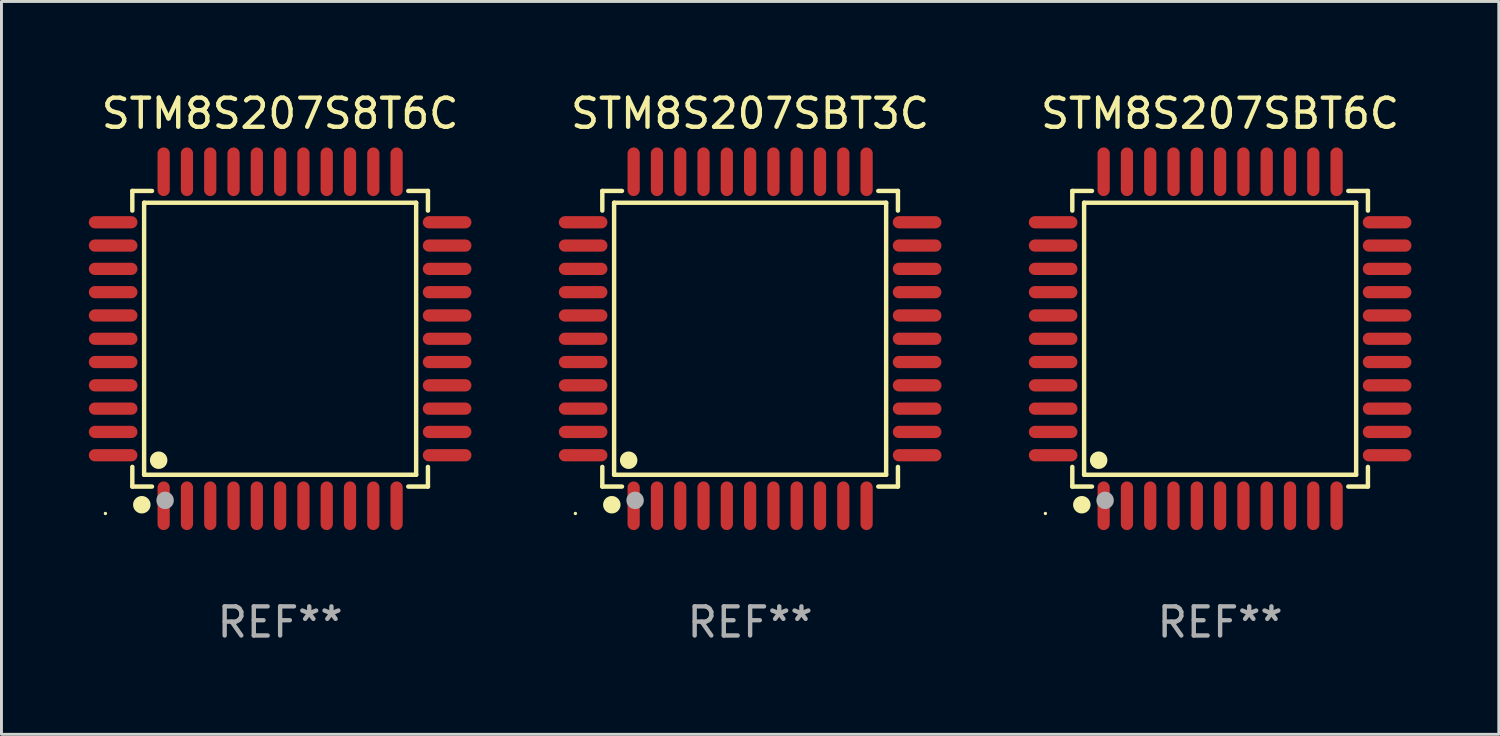
<source format=kicad_pcb>
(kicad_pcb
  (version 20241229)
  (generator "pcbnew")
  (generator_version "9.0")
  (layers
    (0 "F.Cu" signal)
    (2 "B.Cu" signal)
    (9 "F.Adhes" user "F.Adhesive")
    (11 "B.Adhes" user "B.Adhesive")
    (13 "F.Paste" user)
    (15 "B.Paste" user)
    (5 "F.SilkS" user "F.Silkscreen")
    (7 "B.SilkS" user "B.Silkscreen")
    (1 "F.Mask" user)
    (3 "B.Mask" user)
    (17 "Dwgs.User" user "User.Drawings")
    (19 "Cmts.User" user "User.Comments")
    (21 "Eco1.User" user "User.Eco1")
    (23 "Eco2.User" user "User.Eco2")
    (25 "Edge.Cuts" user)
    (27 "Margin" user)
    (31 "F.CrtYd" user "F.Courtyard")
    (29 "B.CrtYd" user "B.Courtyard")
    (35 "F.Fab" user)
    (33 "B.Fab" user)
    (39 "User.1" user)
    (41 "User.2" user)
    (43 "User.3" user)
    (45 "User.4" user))
  (footprint "STM8S207SBT6C"
    (layer "F.Cu")
    (at 38.85 8.583)
    (property "Reference" "STM8S207SBT6C" (at 0 -7.735 0) (layer "F.SilkS") (effects (font (size 1 1) (thickness 0.15))))
    (attr through_hole)
    (fp_line (start -5.076 -5.076) (end -4.401 -5.076) (stroke (width 0.152) (type solid)) (layer "F.SilkS"))
    (fp_line (start -5.076 -4.401) (end -5.076 -5.076) (stroke (width 0.152) (type solid)) (layer "F.SilkS"))
    (fp_line (start -5.076 4.401) (end -5.076 5.076) (stroke (width 0.152) (type solid)) (layer "F.SilkS"))
    (fp_line (start -5.076 5.076) (end -4.401 5.076) (stroke (width 0.152) (type solid)) (layer "F.SilkS"))
    (fp_line (start -4.671 -4.671) (end 4.671 -4.671) (stroke (width 0.152) (type solid)) (layer "F.SilkS"))
    (fp_line (start -4.671 4.671) (end -4.671 -4.671) (stroke (width 0.152) (type solid)) (layer "F.SilkS"))
    (fp_line (start 4.671 -4.671) (end 4.671 4.671) (stroke (width 0.152) (type solid)) (layer "F.SilkS"))
    (fp_line (start 4.671 4.671) (end -4.671 4.671) (stroke (width 0.152) (type solid)) (layer "F.SilkS"))
    (fp_line (start 5.076 -5.076) (end 4.401 -5.076) (stroke (width 0.152) (type solid)) (layer "F.SilkS"))
    (fp_line (start 5.076 -4.401) (end 5.076 -5.076) (stroke (width 0.152) (type solid)) (layer "F.SilkS"))
    (fp_line (start 5.076 4.401) (end 5.076 5.076) (stroke (width 0.152) (type solid)) (layer "F.SilkS"))
    (fp_line (start 5.076 5.076) (end 4.401 5.076) (stroke (width 0.152) (type solid)) (layer "F.SilkS"))
    (fp_circle (center -6 6) (end -5.97 6) (stroke (width 0.06) (type solid)) (fill no) (layer "F.SilkS"))
    (fp_circle (center -4.75 5.7) (end -4.6 5.7) (stroke (width 0.3) (type solid)) (fill no) (layer "F.SilkS"))
    (fp_circle (center -4.171 4.171) (end -4.021 4.171) (stroke (width 0.3) (type solid)) (fill no) (layer "F.SilkS"))
    (fp_circle (center -3.95 5.55) (end -3.8 5.55) (stroke (width 0.3) (type solid)) (fill no) (layer "F.Fab"))
    (fp_text user "REF**" (at 0 9.735 0) (layer "F.Fab") (effects (font (size 1 1) (thickness 0.15))))
    (pad "1" smd oval (at -4 5.735) (size 0.42 1.67) (layers "F.Cu" "F.Mask" "F.Paste"))
    (pad "2" smd oval (at -3.2 5.735) (size 0.42 1.67) (layers "F.Cu" "F.Mask" "F.Paste"))
    (pad "3" smd oval (at -2.4 5.735) (size 0.42 1.67) (layers "F.Cu" "F.Mask" "F.Paste"))
    (pad "4" smd oval (at -1.6 5.735) (size 0.42 1.67) (layers "F.Cu" "F.Mask" "F.Paste"))
    (pad "5" smd oval (at -0.8 5.735) (size 0.42 1.67) (layers "F.Cu" "F.Mask" "F.Paste"))
    (pad "6" smd oval (at 0 5.735) (size 0.42 1.67) (layers "F.Cu" "F.Mask" "F.Paste"))
    (pad "7" smd oval (at 0.8 5.735) (size 0.42 1.67) (layers "F.Cu" "F.Mask" "F.Paste"))
    (pad "8" smd oval (at 1.6 5.735) (size 0.42 1.67) (layers "F.Cu" "F.Mask" "F.Paste"))
    (pad "9" smd oval (at 2.4 5.735) (size 0.42 1.67) (layers "F.Cu" "F.Mask" "F.Paste"))
    (pad "10" smd oval (at 3.2 5.735) (size 0.42 1.67) (layers "F.Cu" "F.Mask" "F.Paste"))
    (pad "11" smd oval (at 4 5.735) (size 0.42 1.67) (layers "F.Cu" "F.Mask" "F.Paste"))
    (pad "12" smd oval (at 5.735 4) (size 1.67 0.42) (layers "F.Cu" "F.Mask" "F.Paste"))
    (pad "13" smd oval (at 5.735 3.2) (size 1.67 0.42) (layers "F.Cu" "F.Mask" "F.Paste"))
    (pad "14" smd oval (at 5.735 2.4) (size 1.67 0.42) (layers "F.Cu" "F.Mask" "F.Paste"))
    (pad "15" smd oval (at 5.735 1.6) (size 1.67 0.42) (layers "F.Cu" "F.Mask" "F.Paste"))
    (pad "16" smd oval (at 5.735 0.8) (size 1.67 0.42) (layers "F.Cu" "F.Mask" "F.Paste"))
    (pad "17" smd oval (at 5.735 0) (size 1.67 0.42) (layers "F.Cu" "F.Mask" "F.Paste"))
    (pad "18" smd oval (at 5.735 -0.8) (size 1.67 0.42) (layers "F.Cu" "F.Mask" "F.Paste"))
    (pad "19" smd oval (at 5.735 -1.6) (size 1.67 0.42) (layers "F.Cu" "F.Mask" "F.Paste"))
    (pad "20" smd oval (at 5.735 -2.4) (size 1.67 0.42) (layers "F.Cu" "F.Mask" "F.Paste"))
    (pad "21" smd oval (at 5.735 -3.2) (size 1.67 0.42) (layers "F.Cu" "F.Mask" "F.Paste"))
    (pad "22" smd oval (at 5.735 -4) (size 1.67 0.42) (layers "F.Cu" "F.Mask" "F.Paste"))
    (pad "23" smd oval (at 4 -5.735) (size 0.42 1.67) (layers "F.Cu" "F.Mask" "F.Paste"))
    (pad "24" smd oval (at 3.2 -5.735) (size 0.42 1.67) (layers "F.Cu" "F.Mask" "F.Paste"))
    (pad "25" smd oval (at 2.4 -5.735) (size 0.42 1.67) (layers "F.Cu" "F.Mask" "F.Paste"))
    (pad "26" smd oval (at 1.6 -5.735) (size 0.42 1.67) (layers "F.Cu" "F.Mask" "F.Paste"))
    (pad "27" smd oval (at 0.8 -5.735) (size 0.42 1.67) (layers "F.Cu" "F.Mask" "F.Paste"))
    (pad "28" smd oval (at 0 -5.735) (size 0.42 1.67) (layers "F.Cu" "F.Mask" "F.Paste"))
    (pad "29" smd oval (at -0.8 -5.735) (size 0.42 1.67) (layers "F.Cu" "F.Mask" "F.Paste"))
    (pad "30" smd oval (at -1.6 -5.735) (size 0.42 1.67) (layers "F.Cu" "F.Mask" "F.Paste"))
    (pad "31" smd oval (at -2.4 -5.735) (size 0.42 1.67) (layers "F.Cu" "F.Mask" "F.Paste"))
    (pad "32" smd oval (at -3.2 -5.735) (size 0.42 1.67) (layers "F.Cu" "F.Mask" "F.Paste"))
    (pad "33" smd oval (at -4 -5.735) (size 0.42 1.67) (layers "F.Cu" "F.Mask" "F.Paste"))
    (pad "34" smd oval (at -5.735 -4) (size 1.67 0.42) (layers "F.Cu" "F.Mask" "F.Paste"))
    (pad "35" smd oval (at -5.735 -3.2) (size 1.67 0.42) (layers "F.Cu" "F.Mask" "F.Paste"))
    (pad "36" smd oval (at -5.735 -2.4) (size 1.67 0.42) (layers "F.Cu" "F.Mask" "F.Paste"))
    (pad "37" smd oval (at -5.735 -1.6) (size 1.67 0.42) (layers "F.Cu" "F.Mask" "F.Paste"))
    (pad "38" smd oval (at -5.735 -0.8) (size 1.67 0.42) (layers "F.Cu" "F.Mask" "F.Paste"))
    (pad "39" smd oval (at -5.735 0) (size 1.67 0.42) (layers "F.Cu" "F.Mask" "F.Paste"))
    (pad "40" smd oval (at -5.735 0.8) (size 1.67 0.42) (layers "F.Cu" "F.Mask" "F.Paste"))
    (pad "41" smd oval (at -5.735 1.6) (size 1.67 0.42) (layers "F.Cu" "F.Mask" "F.Paste"))
    (pad "42" smd oval (at -5.735 2.4) (size 1.67 0.42) (layers "F.Cu" "F.Mask" "F.Paste"))
    (pad "43" smd oval (at -5.735 3.2) (size 1.67 0.42) (layers "F.Cu" "F.Mask" "F.Paste"))
    (pad "44" smd oval (at -5.735 4) (size 1.67 0.42) (layers "F.Cu" "F.Mask" "F.Paste")))
  (footprint "STM8S207S8T6C"
    (layer "F.Cu")
    (at 6.57 8.583)
    (property "Reference" "STM8S207S8T6C" (at 0 -7.735 0) (layer "F.SilkS") (effects (font (size 1 1) (thickness 0.15))))
    (attr through_hole)
    (fp_line (start -5.076 -5.076) (end -4.401 -5.076) (stroke (width 0.152) (type solid)) (layer "F.SilkS"))
    (fp_line (start -5.076 -4.401) (end -5.076 -5.076) (stroke (width 0.152) (type solid)) (layer "F.SilkS"))
    (fp_line (start -5.076 4.401) (end -5.076 5.076) (stroke (width 0.152) (type solid)) (layer "F.SilkS"))
    (fp_line (start -5.076 5.076) (end -4.401 5.076) (stroke (width 0.152) (type solid)) (layer "F.SilkS"))
    (fp_line (start -4.671 -4.671) (end 4.671 -4.671) (stroke (width 0.152) (type solid)) (layer "F.SilkS"))
    (fp_line (start -4.671 4.671) (end -4.671 -4.671) (stroke (width 0.152) (type solid)) (layer "F.SilkS"))
    (fp_line (start 4.671 -4.671) (end 4.671 4.671) (stroke (width 0.152) (type solid)) (layer "F.SilkS"))
    (fp_line (start 4.671 4.671) (end -4.671 4.671) (stroke (width 0.152) (type solid)) (layer "F.SilkS"))
    (fp_line (start 5.076 -5.076) (end 4.401 -5.076) (stroke (width 0.152) (type solid)) (layer "F.SilkS"))
    (fp_line (start 5.076 -4.401) (end 5.076 -5.076) (stroke (width 0.152) (type solid)) (layer "F.SilkS"))
    (fp_line (start 5.076 4.401) (end 5.076 5.076) (stroke (width 0.152) (type solid)) (layer "F.SilkS"))
    (fp_line (start 5.076 5.076) (end 4.401 5.076) (stroke (width 0.152) (type solid)) (layer "F.SilkS"))
    (fp_circle (center -6 6) (end -5.97 6) (stroke (width 0.06) (type solid)) (fill no) (layer "F.SilkS"))
    (fp_circle (center -4.75 5.7) (end -4.6 5.7) (stroke (width 0.3) (type solid)) (fill no) (layer "F.SilkS"))
    (fp_circle (center -4.171 4.171) (end -4.021 4.171) (stroke (width 0.3) (type solid)) (fill no) (layer "F.SilkS"))
    (fp_circle (center -3.95 5.55) (end -3.8 5.55) (stroke (width 0.3) (type solid)) (fill no) (layer "F.Fab"))
    (fp_text user "REF**" (at 0 9.735 0) (layer "F.Fab") (effects (font (size 1 1) (thickness 0.15))))
    (pad "1" smd oval (at -4 5.735) (size 0.42 1.67) (layers "F.Cu" "F.Mask" "F.Paste"))
    (pad "2" smd oval (at -3.2 5.735) (size 0.42 1.67) (layers "F.Cu" "F.Mask" "F.Paste"))
    (pad "3" smd oval (at -2.4 5.735) (size 0.42 1.67) (layers "F.Cu" "F.Mask" "F.Paste"))
    (pad "4" smd oval (at -1.6 5.735) (size 0.42 1.67) (layers "F.Cu" "F.Mask" "F.Paste"))
    (pad "5" smd oval (at -0.8 5.735) (size 0.42 1.67) (layers "F.Cu" "F.Mask" "F.Paste"))
    (pad "6" smd oval (at 0 5.735) (size 0.42 1.67) (layers "F.Cu" "F.Mask" "F.Paste"))
    (pad "7" smd oval (at 0.8 5.735) (size 0.42 1.67) (layers "F.Cu" "F.Mask" "F.Paste"))
    (pad "8" smd oval (at 1.6 5.735) (size 0.42 1.67) (layers "F.Cu" "F.Mask" "F.Paste"))
    (pad "9" smd oval (at 2.4 5.735) (size 0.42 1.67) (layers "F.Cu" "F.Mask" "F.Paste"))
    (pad "10" smd oval (at 3.2 5.735) (size 0.42 1.67) (layers "F.Cu" "F.Mask" "F.Paste"))
    (pad "11" smd oval (at 4 5.735) (size 0.42 1.67) (layers "F.Cu" "F.Mask" "F.Paste"))
    (pad "12" smd oval (at 5.735 4) (size 1.67 0.42) (layers "F.Cu" "F.Mask" "F.Paste"))
    (pad "13" smd oval (at 5.735 3.2) (size 1.67 0.42) (layers "F.Cu" "F.Mask" "F.Paste"))
    (pad "14" smd oval (at 5.735 2.4) (size 1.67 0.42) (layers "F.Cu" "F.Mask" "F.Paste"))
    (pad "15" smd oval (at 5.735 1.6) (size 1.67 0.42) (layers "F.Cu" "F.Mask" "F.Paste"))
    (pad "16" smd oval (at 5.735 0.8) (size 1.67 0.42) (layers "F.Cu" "F.Mask" "F.Paste"))
    (pad "17" smd oval (at 5.735 0) (size 1.67 0.42) (layers "F.Cu" "F.Mask" "F.Paste"))
    (pad "18" smd oval (at 5.735 -0.8) (size 1.67 0.42) (layers "F.Cu" "F.Mask" "F.Paste"))
    (pad "19" smd oval (at 5.735 -1.6) (size 1.67 0.42) (layers "F.Cu" "F.Mask" "F.Paste"))
    (pad "20" smd oval (at 5.735 -2.4) (size 1.67 0.42) (layers "F.Cu" "F.Mask" "F.Paste"))
    (pad "21" smd oval (at 5.735 -3.2) (size 1.67 0.42) (layers "F.Cu" "F.Mask" "F.Paste"))
    (pad "22" smd oval (at 5.735 -4) (size 1.67 0.42) (layers "F.Cu" "F.Mask" "F.Paste"))
    (pad "23" smd oval (at 4 -5.735) (size 0.42 1.67) (layers "F.Cu" "F.Mask" "F.Paste"))
    (pad "24" smd oval (at 3.2 -5.735) (size 0.42 1.67) (layers "F.Cu" "F.Mask" "F.Paste"))
    (pad "25" smd oval (at 2.4 -5.735) (size 0.42 1.67) (layers "F.Cu" "F.Mask" "F.Paste"))
    (pad "26" smd oval (at 1.6 -5.735) (size 0.42 1.67) (layers "F.Cu" "F.Mask" "F.Paste"))
    (pad "27" smd oval (at 0.8 -5.735) (size 0.42 1.67) (layers "F.Cu" "F.Mask" "F.Paste"))
    (pad "28" smd oval (at 0 -5.735) (size 0.42 1.67) (layers "F.Cu" "F.Mask" "F.Paste"))
    (pad "29" smd oval (at -0.8 -5.735) (size 0.42 1.67) (layers "F.Cu" "F.Mask" "F.Paste"))
    (pad "30" smd oval (at -1.6 -5.735) (size 0.42 1.67) (layers "F.Cu" "F.Mask" "F.Paste"))
    (pad "31" smd oval (at -2.4 -5.735) (size 0.42 1.67) (layers "F.Cu" "F.Mask" "F.Paste"))
    (pad "32" smd oval (at -3.2 -5.735) (size 0.42 1.67) (layers "F.Cu" "F.Mask" "F.Paste"))
    (pad "33" smd oval (at -4 -5.735) (size 0.42 1.67) (layers "F.Cu" "F.Mask" "F.Paste"))
    (pad "34" smd oval (at -5.735 -4) (size 1.67 0.42) (layers "F.Cu" "F.Mask" "F.Paste"))
    (pad "35" smd oval (at -5.735 -3.2) (size 1.67 0.42) (layers "F.Cu" "F.Mask" "F.Paste"))
    (pad "36" smd oval (at -5.735 -2.4) (size 1.67 0.42) (layers "F.Cu" "F.Mask" "F.Paste"))
    (pad "37" smd oval (at -5.735 -1.6) (size 1.67 0.42) (layers "F.Cu" "F.Mask" "F.Paste"))
    (pad "38" smd oval (at -5.735 -0.8) (size 1.67 0.42) (layers "F.Cu" "F.Mask" "F.Paste"))
    (pad "39" smd oval (at -5.735 0) (size 1.67 0.42) (layers "F.Cu" "F.Mask" "F.Paste"))
    (pad "40" smd oval (at -5.735 0.8) (size 1.67 0.42) (layers "F.Cu" "F.Mask" "F.Paste"))
    (pad "41" smd oval (at -5.735 1.6) (size 1.67 0.42) (layers "F.Cu" "F.Mask" "F.Paste"))
    (pad "42" smd oval (at -5.735 2.4) (size 1.67 0.42) (layers "F.Cu" "F.Mask" "F.Paste"))
    (pad "43" smd oval (at -5.735 3.2) (size 1.67 0.42) (layers "F.Cu" "F.Mask" "F.Paste"))
    (pad "44" smd oval (at -5.735 4) (size 1.67 0.42) (layers "F.Cu" "F.Mask" "F.Paste")))
  (footprint "STM8S207SBT3C"
    (layer "F.Cu")
    (at 22.71 8.583)
    (property "Reference" "STM8S207SBT3C" (at 0 -7.735 0) (layer "F.SilkS") (effects (font (size 1 1) (thickness 0.15))))
    (attr through_hole)
    (fp_line (start -5.076 -5.076) (end -4.401 -5.076) (stroke (width 0.152) (type solid)) (layer "F.SilkS"))
    (fp_line (start -5.076 -4.401) (end -5.076 -5.076) (stroke (width 0.152) (type solid)) (layer "F.SilkS"))
    (fp_line (start -5.076 4.401) (end -5.076 5.076) (stroke (width 0.152) (type solid)) (layer "F.SilkS"))
    (fp_line (start -5.076 5.076) (end -4.401 5.076) (stroke (width 0.152) (type solid)) (layer "F.SilkS"))
    (fp_line (start -4.671 -4.671) (end 4.671 -4.671) (stroke (width 0.152) (type solid)) (layer "F.SilkS"))
    (fp_line (start -4.671 4.671) (end -4.671 -4.671) (stroke (width 0.152) (type solid)) (layer "F.SilkS"))
    (fp_line (start 4.671 -4.671) (end 4.671 4.671) (stroke (width 0.152) (type solid)) (layer "F.SilkS"))
    (fp_line (start 4.671 4.671) (end -4.671 4.671) (stroke (width 0.152) (type solid)) (layer "F.SilkS"))
    (fp_line (start 5.076 -5.076) (end 4.401 -5.076) (stroke (width 0.152) (type solid)) (layer "F.SilkS"))
    (fp_line (start 5.076 -4.401) (end 5.076 -5.076) (stroke (width 0.152) (type solid)) (layer "F.SilkS"))
    (fp_line (start 5.076 4.401) (end 5.076 5.076) (stroke (width 0.152) (type solid)) (layer "F.SilkS"))
    (fp_line (start 5.076 5.076) (end 4.401 5.076) (stroke (width 0.152) (type solid)) (layer "F.SilkS"))
    (fp_circle (center -6 6) (end -5.97 6) (stroke (width 0.06) (type solid)) (fill no) (layer "F.SilkS"))
    (fp_circle (center -4.75 5.7) (end -4.6 5.7) (stroke (width 0.3) (type solid)) (fill no) (layer "F.SilkS"))
    (fp_circle (center -4.171 4.171) (end -4.021 4.171) (stroke (width 0.3) (type solid)) (fill no) (layer "F.SilkS"))
    (fp_circle (center -3.95 5.55) (end -3.8 5.55) (stroke (width 0.3) (type solid)) (fill no) (layer "F.Fab"))
    (fp_text user "REF**" (at 0 9.735 0) (layer "F.Fab") (effects (font (size 1 1) (thickness 0.15))))
    (pad "1" smd oval (at -4 5.735) (size 0.42 1.67) (layers "F.Cu" "F.Mask" "F.Paste"))
    (pad "2" smd oval (at -3.2 5.735) (size 0.42 1.67) (layers "F.Cu" "F.Mask" "F.Paste"))
    (pad "3" smd oval (at -2.4 5.735) (size 0.42 1.67) (layers "F.Cu" "F.Mask" "F.Paste"))
    (pad "4" smd oval (at -1.6 5.735) (size 0.42 1.67) (layers "F.Cu" "F.Mask" "F.Paste"))
    (pad "5" smd oval (at -0.8 5.735) (size 0.42 1.67) (layers "F.Cu" "F.Mask" "F.Paste"))
    (pad "6" smd oval (at 0 5.735) (size 0.42 1.67) (layers "F.Cu" "F.Mask" "F.Paste"))
    (pad "7" smd oval (at 0.8 5.735) (size 0.42 1.67) (layers "F.Cu" "F.Mask" "F.Paste"))
    (pad "8" smd oval (at 1.6 5.735) (size 0.42 1.67) (layers "F.Cu" "F.Mask" "F.Paste"))
    (pad "9" smd oval (at 2.4 5.735) (size 0.42 1.67) (layers "F.Cu" "F.Mask" "F.Paste"))
    (pad "10" smd oval (at 3.2 5.735) (size 0.42 1.67) (layers "F.Cu" "F.Mask" "F.Paste"))
    (pad "11" smd oval (at 4 5.735) (size 0.42 1.67) (layers "F.Cu" "F.Mask" "F.Paste"))
    (pad "12" smd oval (at 5.735 4) (size 1.67 0.42) (layers "F.Cu" "F.Mask" "F.Paste"))
    (pad "13" smd oval (at 5.735 3.2) (size 1.67 0.42) (layers "F.Cu" "F.Mask" "F.Paste"))
    (pad "14" smd oval (at 5.735 2.4) (size 1.67 0.42) (layers "F.Cu" "F.Mask" "F.Paste"))
    (pad "15" smd oval (at 5.735 1.6) (size 1.67 0.42) (layers "F.Cu" "F.Mask" "F.Paste"))
    (pad "16" smd oval (at 5.735 0.8) (size 1.67 0.42) (layers "F.Cu" "F.Mask" "F.Paste"))
    (pad "17" smd oval (at 5.735 0) (size 1.67 0.42) (layers "F.Cu" "F.Mask" "F.Paste"))
    (pad "18" smd oval (at 5.735 -0.8) (size 1.67 0.42) (layers "F.Cu" "F.Mask" "F.Paste"))
    (pad "19" smd oval (at 5.735 -1.6) (size 1.67 0.42) (layers "F.Cu" "F.Mask" "F.Paste"))
    (pad "20" smd oval (at 5.735 -2.4) (size 1.67 0.42) (layers "F.Cu" "F.Mask" "F.Paste"))
    (pad "21" smd oval (at 5.735 -3.2) (size 1.67 0.42) (layers "F.Cu" "F.Mask" "F.Paste"))
    (pad "22" smd oval (at 5.735 -4) (size 1.67 0.42) (layers "F.Cu" "F.Mask" "F.Paste"))
    (pad "23" smd oval (at 4 -5.735) (size 0.42 1.67) (layers "F.Cu" "F.Mask" "F.Paste"))
    (pad "24" smd oval (at 3.2 -5.735) (size 0.42 1.67) (layers "F.Cu" "F.Mask" "F.Paste"))
    (pad "25" smd oval (at 2.4 -5.735) (size 0.42 1.67) (layers "F.Cu" "F.Mask" "F.Paste"))
    (pad "26" smd oval (at 1.6 -5.735) (size 0.42 1.67) (layers "F.Cu" "F.Mask" "F.Paste"))
    (pad "27" smd oval (at 0.8 -5.735) (size 0.42 1.67) (layers "F.Cu" "F.Mask" "F.Paste"))
    (pad "28" smd oval (at 0 -5.735) (size 0.42 1.67) (layers "F.Cu" "F.Mask" "F.Paste"))
    (pad "29" smd oval (at -0.8 -5.735) (size 0.42 1.67) (layers "F.Cu" "F.Mask" "F.Paste"))
    (pad "30" smd oval (at -1.6 -5.735) (size 0.42 1.67) (layers "F.Cu" "F.Mask" "F.Paste"))
    (pad "31" smd oval (at -2.4 -5.735) (size 0.42 1.67) (layers "F.Cu" "F.Mask" "F.Paste"))
    (pad "32" smd oval (at -3.2 -5.735) (size 0.42 1.67) (layers "F.Cu" "F.Mask" "F.Paste"))
    (pad "33" smd oval (at -4 -5.735) (size 0.42 1.67) (layers "F.Cu" "F.Mask" "F.Paste"))
    (pad "34" smd oval (at -5.735 -4) (size 1.67 0.42) (layers "F.Cu" "F.Mask" "F.Paste"))
    (pad "35" smd oval (at -5.735 -3.2) (size 1.67 0.42) (layers "F.Cu" "F.Mask" "F.Paste"))
    (pad "36" smd oval (at -5.735 -2.4) (size 1.67 0.42) (layers "F.Cu" "F.Mask" "F.Paste"))
    (pad "37" smd oval (at -5.735 -1.6) (size 1.67 0.42) (layers "F.Cu" "F.Mask" "F.Paste"))
    (pad "38" smd oval (at -5.735 -0.8) (size 1.67 0.42) (layers "F.Cu" "F.Mask" "F.Paste"))
    (pad "39" smd oval (at -5.735 0) (size 1.67 0.42) (layers "F.Cu" "F.Mask" "F.Paste"))
    (pad "40" smd oval (at -5.735 0.8) (size 1.67 0.42) (layers "F.Cu" "F.Mask" "F.Paste"))
    (pad "41" smd oval (at -5.735 1.6) (size 1.67 0.42) (layers "F.Cu" "F.Mask" "F.Paste"))
    (pad "42" smd oval (at -5.735 2.4) (size 1.67 0.42) (layers "F.Cu" "F.Mask" "F.Paste"))
    (pad "43" smd oval (at -5.735 3.2) (size 1.67 0.42) (layers "F.Cu" "F.Mask" "F.Paste"))
    (pad "44" smd oval (at -5.735 4) (size 1.67 0.42) (layers "F.Cu" "F.Mask" "F.Paste")))
  (gr_rect
    (start -3 -3)
    (end 48.42 22.167)
    (stroke (width 0.1) (type default))
    (fill no)
    (layer "Edge.Cuts")))
</source>
